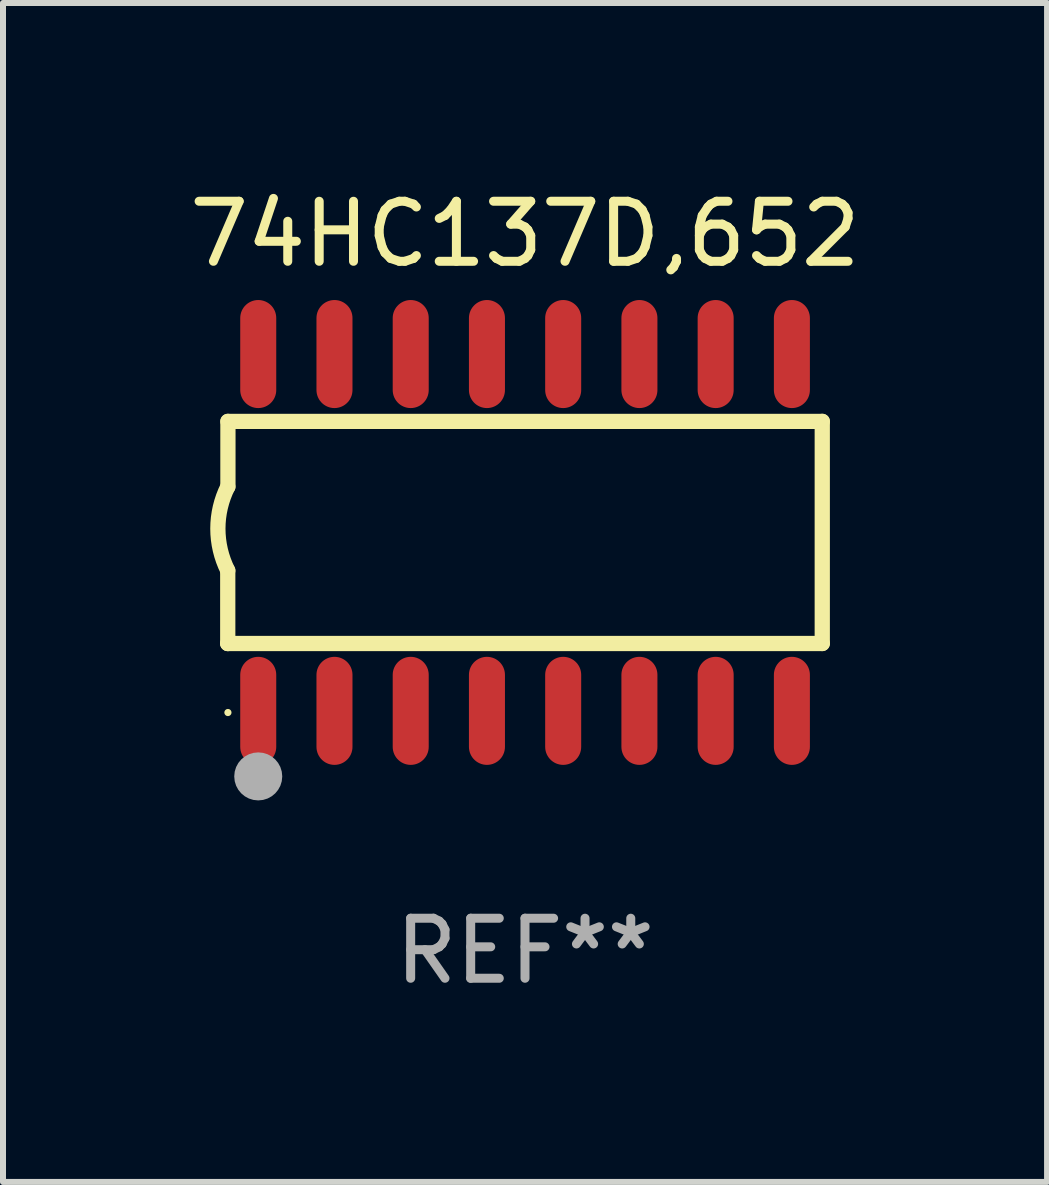
<source format=kicad_pcb>
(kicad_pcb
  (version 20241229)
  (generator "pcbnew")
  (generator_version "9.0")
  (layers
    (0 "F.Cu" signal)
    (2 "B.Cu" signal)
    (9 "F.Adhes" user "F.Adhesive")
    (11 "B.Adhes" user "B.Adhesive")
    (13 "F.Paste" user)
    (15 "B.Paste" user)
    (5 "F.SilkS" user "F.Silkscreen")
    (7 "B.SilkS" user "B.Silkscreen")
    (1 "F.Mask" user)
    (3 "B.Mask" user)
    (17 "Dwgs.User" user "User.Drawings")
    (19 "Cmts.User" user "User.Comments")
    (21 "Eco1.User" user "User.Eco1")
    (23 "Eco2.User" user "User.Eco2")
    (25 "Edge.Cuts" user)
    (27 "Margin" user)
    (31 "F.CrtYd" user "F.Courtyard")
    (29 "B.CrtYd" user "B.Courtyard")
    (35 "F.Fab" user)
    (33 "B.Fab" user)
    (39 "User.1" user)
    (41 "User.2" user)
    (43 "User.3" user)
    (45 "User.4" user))
  (footprint "74HC137D,652"
    (layer "F.Cu")
    (at 5.696 5.82)
    (property "Reference" "74HC137D,652" (at 0 -4.972 0) (layer "F.SilkS") (effects (font (size 1 1) (thickness 0.15))))
    (attr through_hole)
    (fp_line (start -4.952 0.635) (end -4.952 1.85) (stroke (width 0.254) (type solid)) (layer "F.SilkS"))
    (fp_line (start -4.952 1.85) (end -4.949 1.85) (stroke (width 0.254) (type solid)) (layer "F.SilkS"))
    (fp_line (start -4.949 -1.85) (end -4.949 -0.762) (stroke (width 0.254) (type solid)) (layer "F.SilkS"))
    (fp_line (start -4.949 1.85) (end 4.952 1.85) (stroke (width 0.254) (type solid)) (layer "F.SilkS"))
    (fp_line (start 4.952 -1.85) (end -4.949 -1.85) (stroke (width 0.254) (type solid)) (layer "F.SilkS"))
    (fp_line (start 4.952 1.85) (end 4.952 -1.85) (stroke (width 0.254) (type solid)) (layer "F.SilkS"))
    (fp_arc (start -4.951524 0.635001) (mid -5.116418 -0.0635) (end -4.951524 -0.762002) (stroke (width 0.254001) (type solid)) (layer "F.SilkS"))
    (fp_circle (center -4.949 3) (end -4.919 3) (stroke (width 0.06) (type solid)) (fill no) (layer "F.SilkS"))
    (fp_circle (center -4.444 4.064) (end -4.244 4.064) (stroke (width 0.4) (type solid)) (fill no) (layer "F.Fab"))
    (fp_text user "REF**" (at 0 6.972 0) (layer "F.Fab") (effects (font (size 1 1) (thickness 0.15))))
    (pad "1" smd oval (at -4.444 2.972 180) (size 0.6 1.8) (layers "F.Cu" "F.Mask" "F.Paste"))
    (pad "2" smd oval (at -3.174 2.972 180) (size 0.6 1.8) (layers "F.Cu" "F.Mask" "F.Paste"))
    (pad "3" smd oval (at -1.904 2.972 180) (size 0.6 1.8) (layers "F.Cu" "F.Mask" "F.Paste"))
    (pad "4" smd oval (at -0.634 2.972 180) (size 0.6 1.8) (layers "F.Cu" "F.Mask" "F.Paste"))
    (pad "5" smd oval (at 0.636 2.972 180) (size 0.6 1.8) (layers "F.Cu" "F.Mask" "F.Paste"))
    (pad "6" smd oval (at 1.906 2.972 180) (size 0.6 1.8) (layers "F.Cu" "F.Mask" "F.Paste"))
    (pad "7" smd oval (at 3.176 2.972 180) (size 0.6 1.8) (layers "F.Cu" "F.Mask" "F.Paste"))
    (pad "8" smd oval (at 4.446 2.972 180) (size 0.6 1.8) (layers "F.Cu" "F.Mask" "F.Paste"))
    (pad "9" smd oval (at 4.446 -2.972 180) (size 0.6 1.8) (layers "F.Cu" "F.Mask" "F.Paste"))
    (pad "10" smd oval (at 3.176 -2.972 180) (size 0.6 1.8) (layers "F.Cu" "F.Mask" "F.Paste"))
    (pad "11" smd oval (at 1.906 -2.972 180) (size 0.6 1.8) (layers "F.Cu" "F.Mask" "F.Paste"))
    (pad "12" smd oval (at 0.636 -2.972 180) (size 0.6 1.8) (layers "F.Cu" "F.Mask" "F.Paste"))
    (pad "13" smd oval (at -0.634 -2.972 180) (size 0.6 1.8) (layers "F.Cu" "F.Mask" "F.Paste"))
    (pad "14" smd oval (at -1.904 -2.972 180) (size 0.6 1.8) (layers "F.Cu" "F.Mask" "F.Paste"))
    (pad "15" smd oval (at -3.174 -2.972 180) (size 0.6 1.8) (layers "F.Cu" "F.Mask" "F.Paste"))
    (pad "16" smd oval (at -4.444 -2.972 180) (size 0.6 1.8) (layers "F.Cu" "F.Mask" "F.Paste")))
  (gr_rect
    (start -3 -3)
    (end 14.393 16.64)
    (stroke (width 0.1) (type default))
    (fill no)
    (layer "Edge.Cuts")))
</source>
